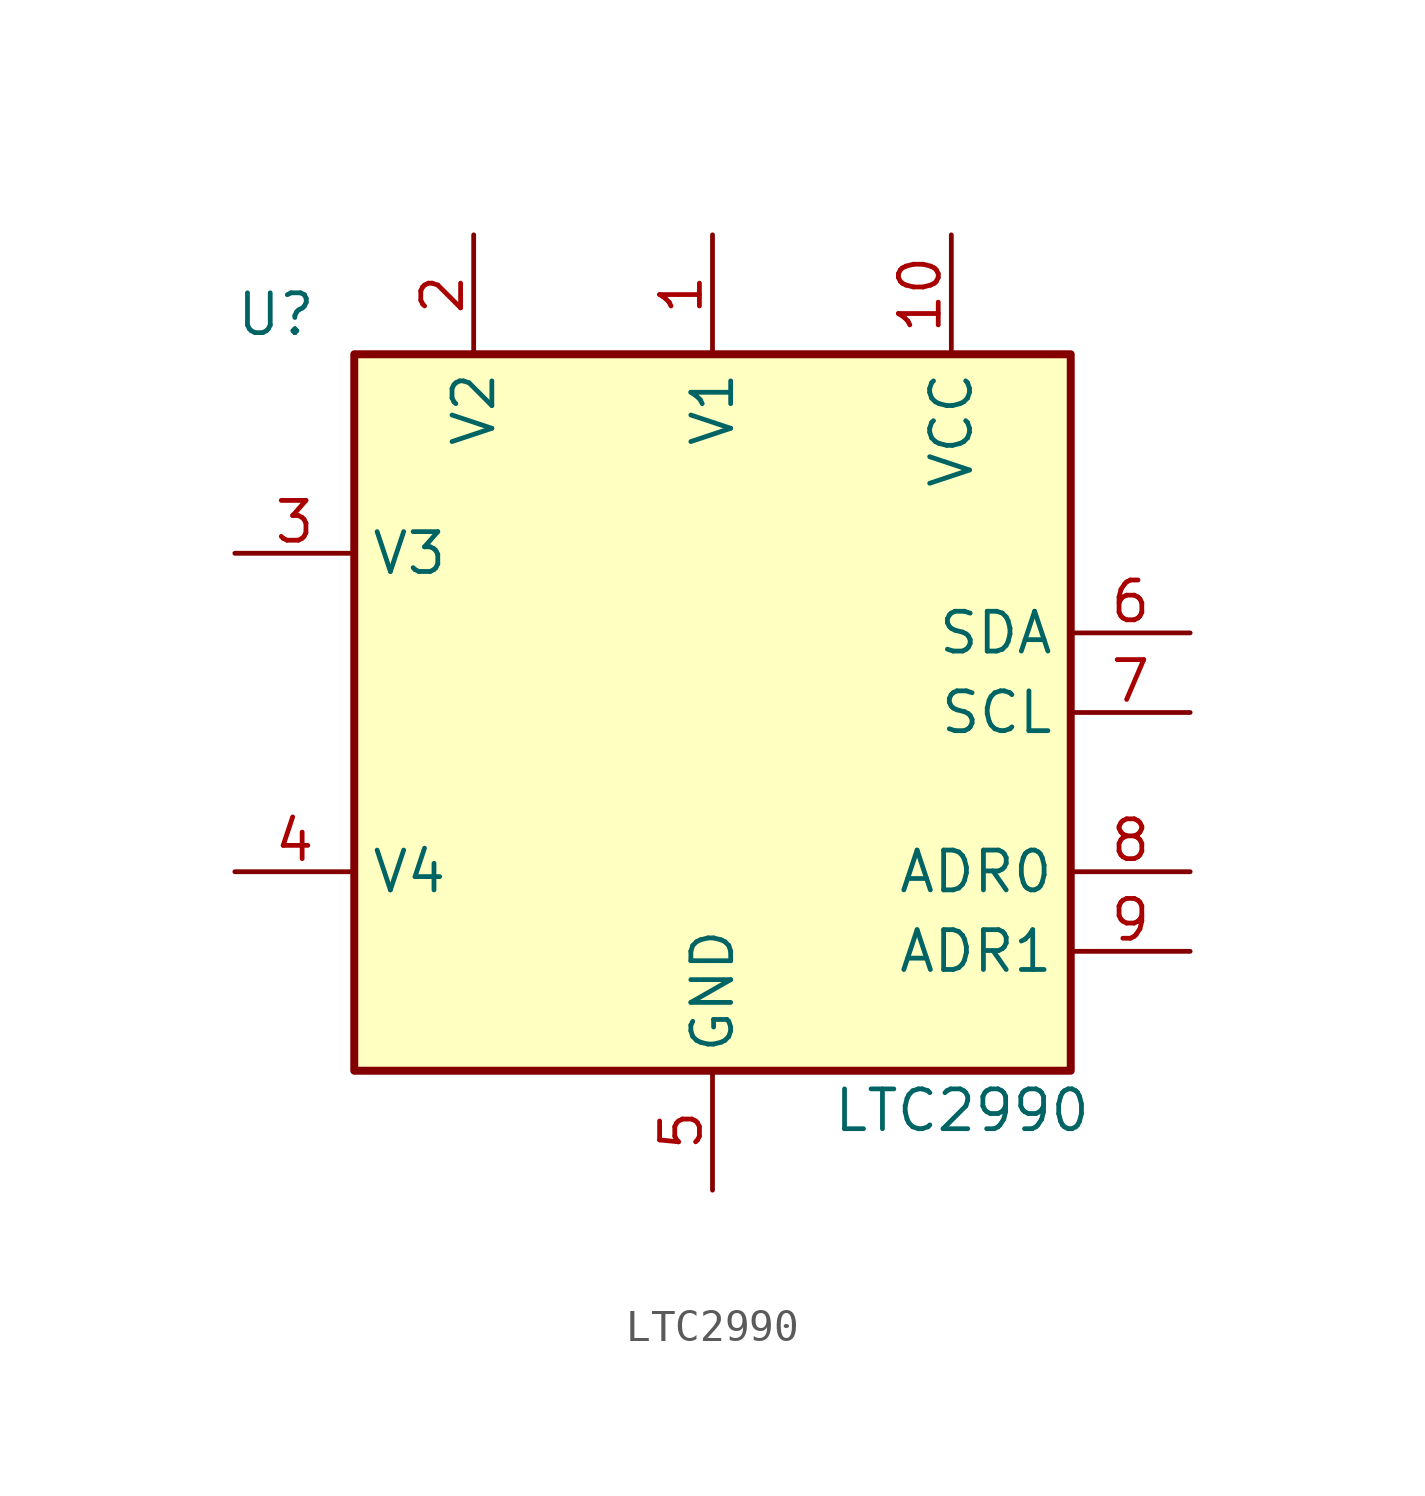
<source format=kicad_sym>
(kicad_symbol_lib
  (version 20201005)
  (generator kicad_symbol_editor)
  (symbol "ltc2990:LTC2990"
    (property "Reference" "U"
      (at -15.24 12.7 0)
      (effects (font (size 1.27 1.27)) (justify left)))
    (property "Value" "LTC2990"
      (at 3.81 -12.7 0)
      (effects (font (size 1.27 1.27)) (justify left)))
    (symbol "LTC2990_0_1"
      (rectangle (start -11.43 11.43) (end 11.43 -11.43) (stroke (width 0.254)) (fill (type background))))
    (symbol "LTC2990_1_1"
      (pin passive line (at 0 15.24 270) (length 3.81) (name "V1" (effects (font (size 1.27 1.27)))) (number "1" (effects (font (size 1.27 1.27)))))
      (pin power_in line (at 7.62 15.24 270) (length 3.81) (name "VCC" (effects (font (size 1.27 1.27)))) (number "10" (effects (font (size 1.27 1.27)))))
      (pin passive line (at -7.62 15.24 270) (length 3.81) (name "V2" (effects (font (size 1.27 1.27)))) (number "2" (effects (font (size 1.27 1.27)))))
      (pin passive line (at -15.24 5.08 0) (length 3.81) (name "V3" (effects (font (size 1.27 1.27)))) (number "3" (effects (font (size 1.27 1.27)))))
      (pin passive line (at -15.24 -5.08 0) (length 3.81) (name "V4" (effects (font (size 1.27 1.27)))) (number "4" (effects (font (size 1.27 1.27)))))
      (pin power_in line (at 0 -15.24 90) (length 3.81) (name "GND" (effects (font (size 1.27 1.27)))) (number "5" (effects (font (size 1.27 1.27)))))
      (pin bidirectional line (at 15.24 2.54 180) (length 3.81) (name "SDA" (effects (font (size 1.27 1.27)))) (number "6" (effects (font (size 1.27 1.27)))))
      (pin input line (at 15.24 0 180) (length 3.81) (name "SCL" (effects (font (size 1.27 1.27)))) (number "7" (effects (font (size 1.27 1.27)))))
      (pin input line (at 15.24 -5.08 180) (length 3.81) (name "ADR0" (effects (font (size 1.27 1.27)))) (number "8" (effects (font (size 1.27 1.27)))))
      (pin input line (at 15.24 -7.62 180) (length 3.81) (name "ADR1" (effects (font (size 1.27 1.27)))) (number "9" (effects (font (size 1.27 1.27))))))))
</source>
